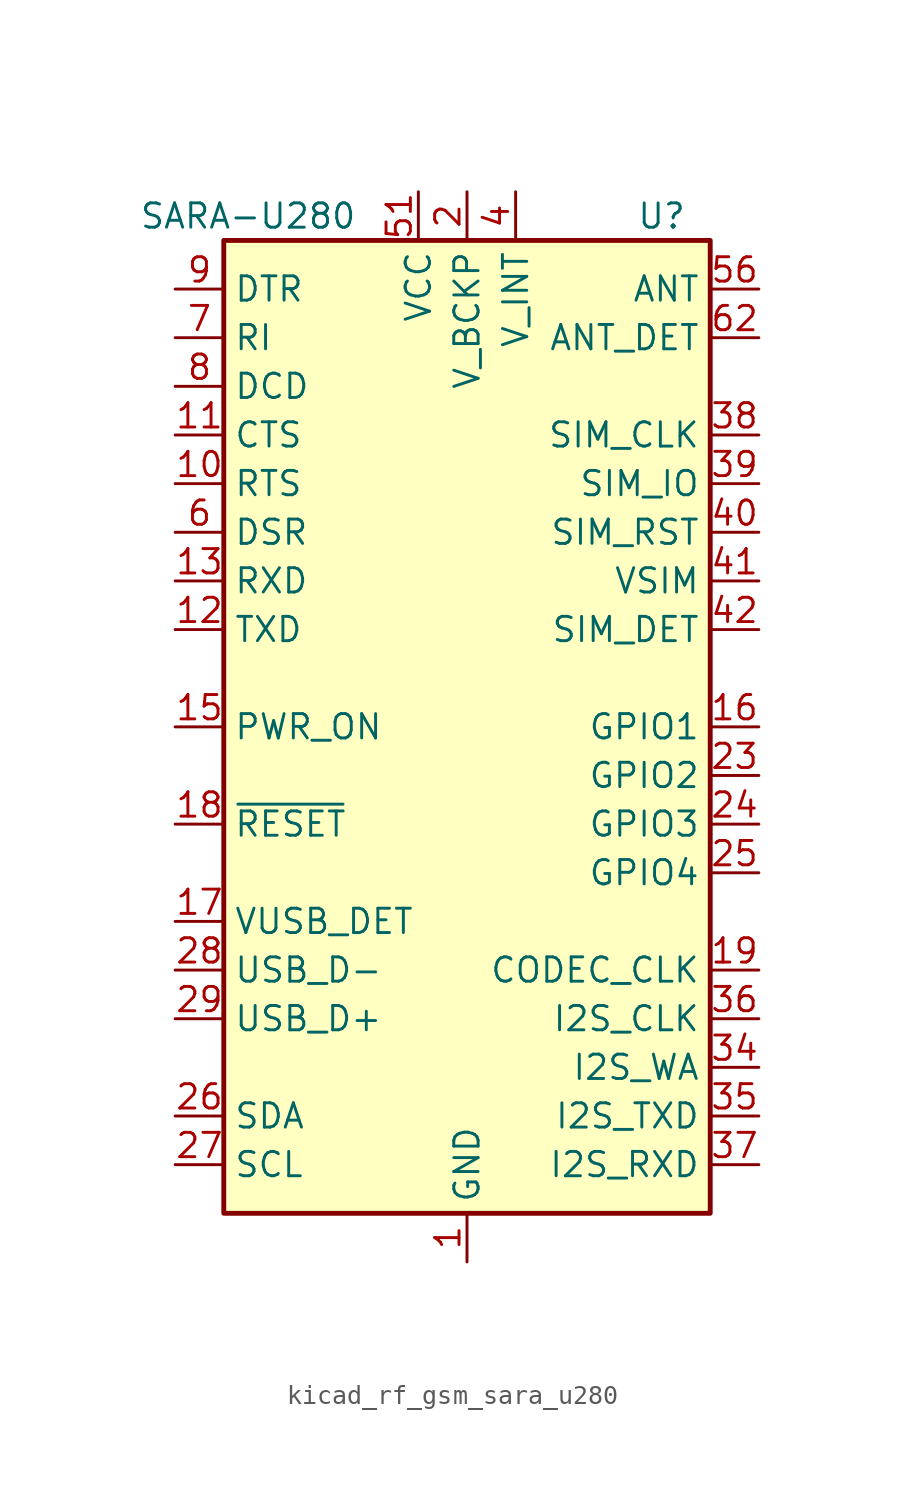
<source format=kicad_sym>
(kicad_symbol_lib
  (version 20220914)
  (generator kicad_symbol_editor)
  (symbol "kicad_rf_gsm_sara_u280"
    (property "Reference" "U"
      (at 10.16 26.67 0)
      (effects (font (size 1.27 1.27))))
    (property "Value" "SARA-U280"
      (at -11.43 26.67 0)
      (effects (font (size 1.27 1.27))))
    (symbol "kicad_rf_gsm_sara_u280_0_1"
      (rectangle (start -12.7 25.4) (end 12.7 -25.4) (stroke (width 0.254) (type default)) (fill (type background))))
    (symbol "kicad_rf_gsm_sara_u280_1_1"
      (pin power_in line (at 0 -27.94 90) (length 2.54) (name "GND" (effects (font (size 1.27 1.27)))) (number "1" (effects (font (size 1.27 1.27)))))
      (pin input line (at -15.24 12.7 0) (length 2.54) (name "RTS" (effects (font (size 1.27 1.27)))) (number "10" (effects (font (size 1.27 1.27)))))
      (pin output line (at -15.24 15.24 0) (length 2.54) (name "CTS" (effects (font (size 1.27 1.27)))) (number "11" (effects (font (size 1.27 1.27)))))
      (pin input line (at -15.24 5.08 0) (length 2.54) (name "TXD" (effects (font (size 1.27 1.27)))) (number "12" (effects (font (size 1.27 1.27)))))
      (pin output line (at -15.24 7.62 0) (length 2.54) (name "RXD" (effects (font (size 1.27 1.27)))) (number "13" (effects (font (size 1.27 1.27)))))
      (pin passive line (at 0 -27.94 90) (length 2.54) hide (name "GND" (effects (font (size 1.27 1.27)))) (number "14" (effects (font (size 1.27 1.27)))))
      (pin input line (at -15.24 0 0) (length 2.54) (name "PWR_ON" (effects (font (size 1.27 1.27)))) (number "15" (effects (font (size 1.27 1.27)))))
      (pin bidirectional line (at 15.24 0 180) (length 2.54) (name "GPIO1" (effects (font (size 1.27 1.27)))) (number "16" (effects (font (size 1.27 1.27)))))
      (pin input line (at -15.24 -10.16 0) (length 2.54) (name "VUSB_DET" (effects (font (size 1.27 1.27)))) (number "17" (effects (font (size 1.27 1.27)))))
      (pin input line (at -15.24 -5.08 0) (length 2.54) (name "~{RESET}" (effects (font (size 1.27 1.27)))) (number "18" (effects (font (size 1.27 1.27)))))
      (pin output line (at 15.24 -12.7 180) (length 2.54) (name "CODEC_CLK" (effects (font (size 1.27 1.27)))) (number "19" (effects (font (size 1.27 1.27)))))
      (pin power_out line (at 0 27.94 270) (length 2.54) (name "V_BCKP" (effects (font (size 1.27 1.27)))) (number "2" (effects (font (size 1.27 1.27)))))
      (pin passive line (at 0 -27.94 90) (length 2.54) hide (name "GND" (effects (font (size 1.27 1.27)))) (number "20" (effects (font (size 1.27 1.27)))))
      (pin passive line (at 0 -27.94 90) (length 2.54) hide (name "GND" (effects (font (size 1.27 1.27)))) (number "21" (effects (font (size 1.27 1.27)))))
      (pin passive line (at 0 -27.94 90) (length 2.54) hide (name "GND" (effects (font (size 1.27 1.27)))) (number "22" (effects (font (size 1.27 1.27)))))
      (pin bidirectional line (at 15.24 -2.54 180) (length 2.54) (name "GPIO2" (effects (font (size 1.27 1.27)))) (number "23" (effects (font (size 1.27 1.27)))))
      (pin bidirectional line (at 15.24 -5.08 180) (length 2.54) (name "GPIO3" (effects (font (size 1.27 1.27)))) (number "24" (effects (font (size 1.27 1.27)))))
      (pin bidirectional line (at 15.24 -7.62 180) (length 2.54) (name "GPIO4" (effects (font (size 1.27 1.27)))) (number "25" (effects (font (size 1.27 1.27)))))
      (pin bidirectional line (at -15.24 -20.32 0) (length 2.54) (name "SDA" (effects (font (size 1.27 1.27)))) (number "26" (effects (font (size 1.27 1.27)))))
      (pin output line (at -15.24 -22.86 0) (length 2.54) (name "SCL" (effects (font (size 1.27 1.27)))) (number "27" (effects (font (size 1.27 1.27)))))
      (pin bidirectional line (at -15.24 -12.7 0) (length 2.54) (name "USB_D-" (effects (font (size 1.27 1.27)))) (number "28" (effects (font (size 1.27 1.27)))))
      (pin bidirectional line (at -15.24 -15.24 0) (length 2.54) (name "USB_D+" (effects (font (size 1.27 1.27)))) (number "29" (effects (font (size 1.27 1.27)))))
      (pin passive line (at 0 -27.94 90) (length 2.54) hide (name "GND" (effects (font (size 1.27 1.27)))) (number "3" (effects (font (size 1.27 1.27)))))
      (pin passive line (at 0 -27.94 90) (length 2.54) hide (name "GND" (effects (font (size 1.27 1.27)))) (number "30" (effects (font (size 1.27 1.27)))))
      (pin no_connect line (at -12.7 2.54 0) (length 2.54) hide (name "RSVD" (effects (font (size 1.27 1.27)))) (number "31" (effects (font (size 1.27 1.27)))))
      (pin passive line (at 0 -27.94 90) (length 2.54) hide (name "GND" (effects (font (size 1.27 1.27)))) (number "32" (effects (font (size 1.27 1.27)))))
      (pin no_connect line (at -12.7 -2.54 0) (length 2.54) hide (name "RSVD" (effects (font (size 1.27 1.27)))) (number "33" (effects (font (size 1.27 1.27)))))
      (pin bidirectional line (at 15.24 -17.78 180) (length 2.54) (name "I2S_WA" (effects (font (size 1.27 1.27)))) (number "34" (effects (font (size 1.27 1.27)))))
      (pin output line (at 15.24 -20.32 180) (length 2.54) (name "I2S_TXD" (effects (font (size 1.27 1.27)))) (number "35" (effects (font (size 1.27 1.27)))))
      (pin output line (at 15.24 -15.24 180) (length 2.54) (name "I2S_CLK" (effects (font (size 1.27 1.27)))) (number "36" (effects (font (size 1.27 1.27)))))
      (pin input line (at 15.24 -22.86 180) (length 2.54) (name "I2S_RXD" (effects (font (size 1.27 1.27)))) (number "37" (effects (font (size 1.27 1.27)))))
      (pin output line (at 15.24 15.24 180) (length 2.54) (name "SIM_CLK" (effects (font (size 1.27 1.27)))) (number "38" (effects (font (size 1.27 1.27)))))
      (pin bidirectional line (at 15.24 12.7 180) (length 2.54) (name "SIM_IO" (effects (font (size 1.27 1.27)))) (number "39" (effects (font (size 1.27 1.27)))))
      (pin power_out line (at 2.54 27.94 270) (length 2.54) (name "V_INT" (effects (font (size 1.27 1.27)))) (number "4" (effects (font (size 1.27 1.27)))))
      (pin output line (at 15.24 10.16 180) (length 2.54) (name "SIM_RST" (effects (font (size 1.27 1.27)))) (number "40" (effects (font (size 1.27 1.27)))))
      (pin power_out line (at 15.24 7.62 180) (length 2.54) (name "VSIM" (effects (font (size 1.27 1.27)))) (number "41" (effects (font (size 1.27 1.27)))))
      (pin input line (at 15.24 5.08 180) (length 2.54) (name "SIM_DET" (effects (font (size 1.27 1.27)))) (number "42" (effects (font (size 1.27 1.27)))))
      (pin passive line (at 0 -27.94 90) (length 2.54) hide (name "GND" (effects (font (size 1.27 1.27)))) (number "43" (effects (font (size 1.27 1.27)))))
      (pin no_connect line (at -12.7 -7.62 0) (length 2.54) hide (name "RSVD" (effects (font (size 1.27 1.27)))) (number "44" (effects (font (size 1.27 1.27)))))
      (pin no_connect line (at -12.7 -17.78 0) (length 2.54) hide (name "RSVD" (effects (font (size 1.27 1.27)))) (number "45" (effects (font (size 1.27 1.27)))))
      (pin no_connect line (at -2.54 -25.4 90) (length 2.54) hide (name "RSVD" (effects (font (size 1.27 1.27)))) (number "46" (effects (font (size 1.27 1.27)))))
      (pin no_connect line (at 12.7 -10.16 180) (length 2.54) hide (name "RSVD" (effects (font (size 1.27 1.27)))) (number "47" (effects (font (size 1.27 1.27)))))
      (pin no_connect line (at 12.7 2.54 180) (length 2.54) hide (name "RSVD" (effects (font (size 1.27 1.27)))) (number "48" (effects (font (size 1.27 1.27)))))
      (pin no_connect line (at 12.7 17.78 180) (length 2.54) hide (name "RSVD" (effects (font (size 1.27 1.27)))) (number "49" (effects (font (size 1.27 1.27)))))
      (pin passive line (at 0 -27.94 90) (length 2.54) hide (name "GND" (effects (font (size 1.27 1.27)))) (number "5" (effects (font (size 1.27 1.27)))))
      (pin passive line (at 0 -27.94 90) (length 2.54) hide (name "GND" (effects (font (size 1.27 1.27)))) (number "50" (effects (font (size 1.27 1.27)))))
      (pin power_in line (at -2.54 27.94 270) (length 2.54) (name "VCC" (effects (font (size 1.27 1.27)))) (number "51" (effects (font (size 1.27 1.27)))))
      (pin passive line (at -2.54 27.94 270) (length 2.54) hide (name "VCC" (effects (font (size 1.27 1.27)))) (number "52" (effects (font (size 1.27 1.27)))))
      (pin passive line (at -2.54 27.94 270) (length 2.54) hide (name "VCC" (effects (font (size 1.27 1.27)))) (number "53" (effects (font (size 1.27 1.27)))))
      (pin passive line (at 0 -27.94 90) (length 2.54) hide (name "GND" (effects (font (size 1.27 1.27)))) (number "54" (effects (font (size 1.27 1.27)))))
      (pin passive line (at 0 -27.94 90) (length 2.54) hide (name "GND" (effects (font (size 1.27 1.27)))) (number "55" (effects (font (size 1.27 1.27)))))
      (pin passive line (at 15.24 22.86 180) (length 2.54) (name "ANT" (effects (font (size 1.27 1.27)))) (number "56" (effects (font (size 1.27 1.27)))))
      (pin passive line (at 0 -27.94 90) (length 2.54) hide (name "GND" (effects (font (size 1.27 1.27)))) (number "57" (effects (font (size 1.27 1.27)))))
      (pin passive line (at 0 -27.94 90) (length 2.54) hide (name "GND" (effects (font (size 1.27 1.27)))) (number "58" (effects (font (size 1.27 1.27)))))
      (pin passive line (at 0 -27.94 90) (length 2.54) hide (name "GND" (effects (font (size 1.27 1.27)))) (number "59" (effects (font (size 1.27 1.27)))))
      (pin output line (at -15.24 10.16 0) (length 2.54) (name "DSR" (effects (font (size 1.27 1.27)))) (number "6" (effects (font (size 1.27 1.27)))))
      (pin passive line (at 0 -27.94 90) (length 2.54) hide (name "GND" (effects (font (size 1.27 1.27)))) (number "60" (effects (font (size 1.27 1.27)))))
      (pin passive line (at 0 -27.94 90) (length 2.54) hide (name "GND" (effects (font (size 1.27 1.27)))) (number "61" (effects (font (size 1.27 1.27)))))
      (pin input line (at 15.24 20.32 180) (length 2.54) (name "ANT_DET" (effects (font (size 1.27 1.27)))) (number "62" (effects (font (size 1.27 1.27)))))
      (pin passive line (at 0 -27.94 90) (length 2.54) hide (name "GND" (effects (font (size 1.27 1.27)))) (number "63" (effects (font (size 1.27 1.27)))))
      (pin passive line (at 0 -27.94 90) (length 2.54) hide (name "GND" (effects (font (size 1.27 1.27)))) (number "64" (effects (font (size 1.27 1.27)))))
      (pin passive line (at 0 -27.94 90) (length 2.54) hide (name "GND" (effects (font (size 1.27 1.27)))) (number "65" (effects (font (size 1.27 1.27)))))
      (pin passive line (at 0 -27.94 90) (length 2.54) hide (name "GND" (effects (font (size 1.27 1.27)))) (number "66" (effects (font (size 1.27 1.27)))))
      (pin passive line (at 0 -27.94 90) (length 2.54) hide (name "GND" (effects (font (size 1.27 1.27)))) (number "67" (effects (font (size 1.27 1.27)))))
      (pin passive line (at 0 -27.94 90) (length 2.54) hide (name "GND" (effects (font (size 1.27 1.27)))) (number "68" (effects (font (size 1.27 1.27)))))
      (pin passive line (at 0 -27.94 90) (length 2.54) hide (name "GND" (effects (font (size 1.27 1.27)))) (number "69" (effects (font (size 1.27 1.27)))))
      (pin output line (at -15.24 20.32 0) (length 2.54) (name "RI" (effects (font (size 1.27 1.27)))) (number "7" (effects (font (size 1.27 1.27)))))
      (pin passive line (at 0 -27.94 90) (length 2.54) hide (name "GND" (effects (font (size 1.27 1.27)))) (number "70" (effects (font (size 1.27 1.27)))))
      (pin passive line (at 0 -27.94 90) (length 2.54) hide (name "GND" (effects (font (size 1.27 1.27)))) (number "71" (effects (font (size 1.27 1.27)))))
      (pin passive line (at 0 -27.94 90) (length 2.54) hide (name "GND" (effects (font (size 1.27 1.27)))) (number "72" (effects (font (size 1.27 1.27)))))
      (pin passive line (at 0 -27.94 90) (length 2.54) hide (name "GND" (effects (font (size 1.27 1.27)))) (number "73" (effects (font (size 1.27 1.27)))))
      (pin passive line (at 0 -27.94 90) (length 2.54) hide (name "GND" (effects (font (size 1.27 1.27)))) (number "74" (effects (font (size 1.27 1.27)))))
      (pin passive line (at 0 -27.94 90) (length 2.54) hide (name "GND" (effects (font (size 1.27 1.27)))) (number "75" (effects (font (size 1.27 1.27)))))
      (pin passive line (at 0 -27.94 90) (length 2.54) hide (name "GND" (effects (font (size 1.27 1.27)))) (number "76" (effects (font (size 1.27 1.27)))))
      (pin passive line (at 0 -27.94 90) (length 2.54) hide (name "GND" (effects (font (size 1.27 1.27)))) (number "77" (effects (font (size 1.27 1.27)))))
      (pin passive line (at 0 -27.94 90) (length 2.54) hide (name "GND" (effects (font (size 1.27 1.27)))) (number "78" (effects (font (size 1.27 1.27)))))
      (pin passive line (at 0 -27.94 90) (length 2.54) hide (name "GND" (effects (font (size 1.27 1.27)))) (number "79" (effects (font (size 1.27 1.27)))))
      (pin output line (at -15.24 17.78 0) (length 2.54) (name "DCD" (effects (font (size 1.27 1.27)))) (number "8" (effects (font (size 1.27 1.27)))))
      (pin passive line (at 0 -27.94 90) (length 2.54) hide (name "GND" (effects (font (size 1.27 1.27)))) (number "80" (effects (font (size 1.27 1.27)))))
      (pin passive line (at 0 -27.94 90) (length 2.54) hide (name "GND" (effects (font (size 1.27 1.27)))) (number "81" (effects (font (size 1.27 1.27)))))
      (pin passive line (at 0 -27.94 90) (length 2.54) hide (name "GND" (effects (font (size 1.27 1.27)))) (number "82" (effects (font (size 1.27 1.27)))))
      (pin passive line (at 0 -27.94 90) (length 2.54) hide (name "GND" (effects (font (size 1.27 1.27)))) (number "83" (effects (font (size 1.27 1.27)))))
      (pin passive line (at 0 -27.94 90) (length 2.54) hide (name "GND" (effects (font (size 1.27 1.27)))) (number "84" (effects (font (size 1.27 1.27)))))
      (pin passive line (at 0 -27.94 90) (length 2.54) hide (name "GND" (effects (font (size 1.27 1.27)))) (number "85" (effects (font (size 1.27 1.27)))))
      (pin passive line (at 0 -27.94 90) (length 2.54) hide (name "GND" (effects (font (size 1.27 1.27)))) (number "86" (effects (font (size 1.27 1.27)))))
      (pin passive line (at 0 -27.94 90) (length 2.54) hide (name "GND" (effects (font (size 1.27 1.27)))) (number "87" (effects (font (size 1.27 1.27)))))
      (pin passive line (at 0 -27.94 90) (length 2.54) hide (name "GND" (effects (font (size 1.27 1.27)))) (number "88" (effects (font (size 1.27 1.27)))))
      (pin passive line (at 0 -27.94 90) (length 2.54) hide (name "GND" (effects (font (size 1.27 1.27)))) (number "89" (effects (font (size 1.27 1.27)))))
      (pin input line (at -15.24 22.86 0) (length 2.54) (name "DTR" (effects (font (size 1.27 1.27)))) (number "9" (effects (font (size 1.27 1.27)))))
      (pin passive line (at 0 -27.94 90) (length 2.54) hide (name "GND" (effects (font (size 1.27 1.27)))) (number "90" (effects (font (size 1.27 1.27)))))
      (pin passive line (at 0 -27.94 90) (length 2.54) hide (name "GND" (effects (font (size 1.27 1.27)))) (number "91" (effects (font (size 1.27 1.27)))))
      (pin passive line (at 0 -27.94 90) (length 2.54) hide (name "GND" (effects (font (size 1.27 1.27)))) (number "92" (effects (font (size 1.27 1.27)))))
      (pin passive line (at 0 -27.94 90) (length 2.54) hide (name "GND" (effects (font (size 1.27 1.27)))) (number "93" (effects (font (size 1.27 1.27)))))
      (pin passive line (at 0 -27.94 90) (length 2.54) hide (name "GND" (effects (font (size 1.27 1.27)))) (number "94" (effects (font (size 1.27 1.27)))))
      (pin passive line (at 0 -27.94 90) (length 2.54) hide (name "GND" (effects (font (size 1.27 1.27)))) (number "95" (effects (font (size 1.27 1.27)))))
      (pin passive line (at 0 -27.94 90) (length 2.54) hide (name "GND" (effects (font (size 1.27 1.27)))) (number "96" (effects (font (size 1.27 1.27))))))))
</source>
